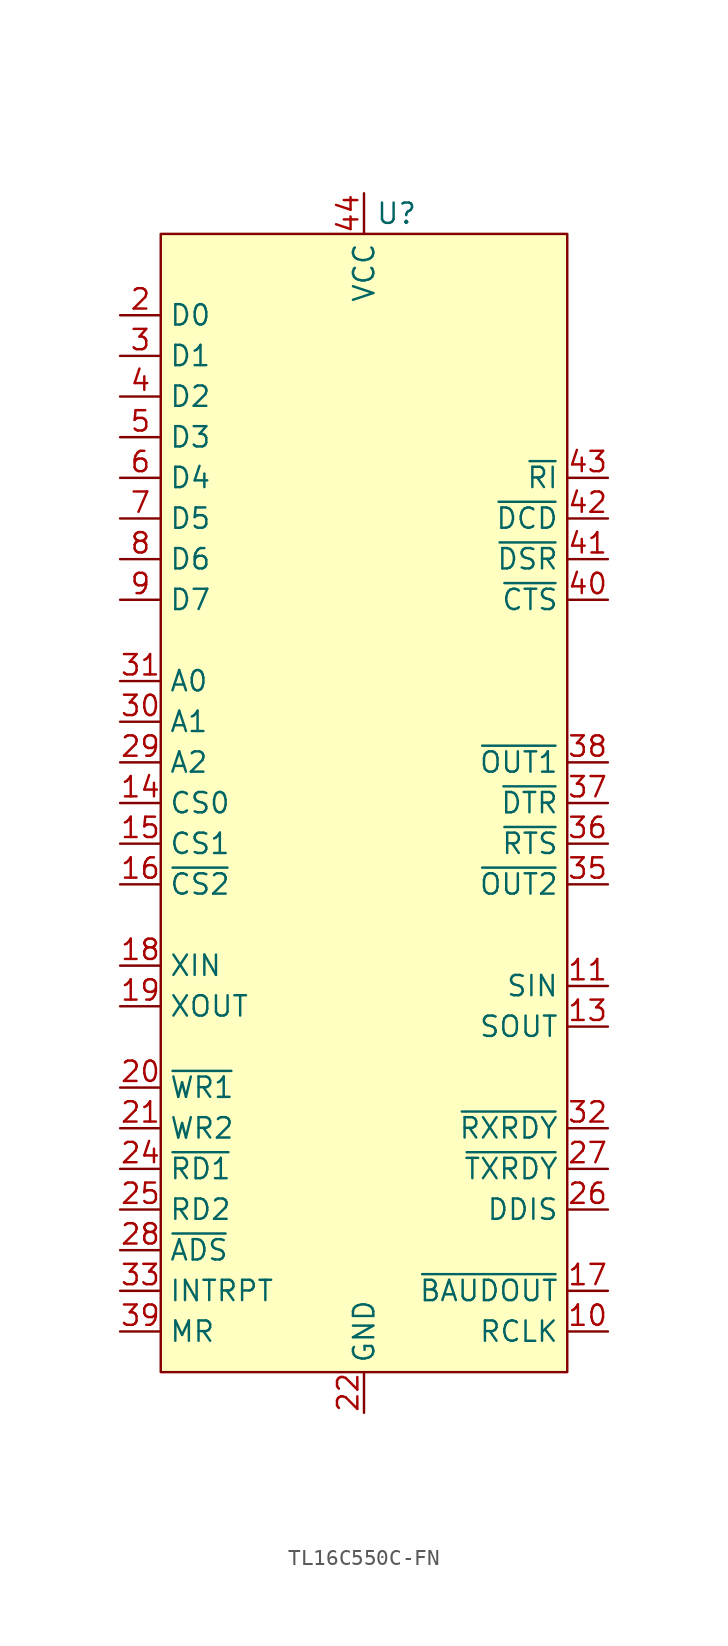
<source format=kicad_sym>
(kicad_symbol_lib
  (version 20241209)
  (generator "kicad_symbol_editor")
  (generator_version "9.0")
  (symbol "TL16C550C-FN"
    (property "Reference" "U"
      (at 2.032 35.56 0)
      (effects (font (size 1.27 1.27))))
    (property "Value" ""
      (at 0 0 0)
      (effects (font (size 1.27 1.27))))
    (symbol "TL16C550C-FN_1_1"
      (rectangle (start -12.7 34.29) (end 12.7 -36.83) (stroke (width 0) (type solid)) (fill (type background)))
      (pin input line (at -15.24 29.21 0) (length 2.54) (name "D0" (effects (font (size 1.27 1.27)))) (number "2" (effects (font (size 1.27 1.27)))))
      (pin input line (at -15.24 26.67 0) (length 2.54) (name "D1" (effects (font (size 1.27 1.27)))) (number "3" (effects (font (size 1.27 1.27)))))
      (pin input line (at -15.24 24.13 0) (length 2.54) (name "D2" (effects (font (size 1.27 1.27)))) (number "4" (effects (font (size 1.27 1.27)))))
      (pin input line (at -15.24 21.59 0) (length 2.54) (name "D3" (effects (font (size 1.27 1.27)))) (number "5" (effects (font (size 1.27 1.27)))))
      (pin input line (at -15.24 19.05 0) (length 2.54) (name "D4" (effects (font (size 1.27 1.27)))) (number "6" (effects (font (size 1.27 1.27)))))
      (pin input line (at -15.24 16.51 0) (length 2.54) (name "D5" (effects (font (size 1.27 1.27)))) (number "7" (effects (font (size 1.27 1.27)))))
      (pin input line (at -15.24 13.97 0) (length 2.54) (name "D6" (effects (font (size 1.27 1.27)))) (number "8" (effects (font (size 1.27 1.27)))))
      (pin input line (at -15.24 11.43 0) (length 2.54) (name "D7" (effects (font (size 1.27 1.27)))) (number "9" (effects (font (size 1.27 1.27)))))
      (pin input line (at -15.24 6.35 0) (length 2.54) (name "A0" (effects (font (size 1.27 1.27)))) (number "31" (effects (font (size 1.27 1.27)))))
      (pin input line (at -15.24 3.81 0) (length 2.54) (name "A1" (effects (font (size 1.27 1.27)))) (number "30" (effects (font (size 1.27 1.27)))))
      (pin input line (at -15.24 1.27 0) (length 2.54) (name "A2" (effects (font (size 1.27 1.27)))) (number "29" (effects (font (size 1.27 1.27)))))
      (pin input line (at -15.24 -1.27 0) (length 2.54) (name "CS0" (effects (font (size 1.27 1.27)))) (number "14" (effects (font (size 1.27 1.27)))))
      (pin input line (at -15.24 -3.81 0) (length 2.54) (name "CS1" (effects (font (size 1.27 1.27)))) (number "15" (effects (font (size 1.27 1.27)))))
      (pin input line (at -15.24 -6.35 0) (length 2.54) (name "~{CS2}" (effects (font (size 1.27 1.27)))) (number "16" (effects (font (size 1.27 1.27)))))
      (pin input line (at -15.24 -11.43 0) (length 2.54) (name "XIN" (effects (font (size 1.27 1.27)))) (number "18" (effects (font (size 1.27 1.27)))))
      (pin input line (at -15.24 -13.97 0) (length 2.54) (name "XOUT" (effects (font (size 1.27 1.27)))) (number "19" (effects (font (size 1.27 1.27)))))
      (pin input line (at -15.24 -19.05 0) (length 2.54) (name "~{WR1}" (effects (font (size 1.27 1.27)))) (number "20" (effects (font (size 1.27 1.27)))))
      (pin input line (at -15.24 -21.59 0) (length 2.54) (name "WR2" (effects (font (size 1.27 1.27)))) (number "21" (effects (font (size 1.27 1.27)))))
      (pin power_out line (at -15.24 -24.13 0) (length 2.54) (name "~{RD1}" (effects (font (size 1.27 1.27)))) (number "24" (effects (font (size 1.27 1.27)))))
      (pin power_out line (at -15.24 -26.67 0) (length 2.54) (name "RD2" (effects (font (size 1.27 1.27)))) (number "25" (effects (font (size 1.27 1.27)))))
      (pin input line (at -15.24 -29.21 0) (length 2.54) (name "~{ADS}" (effects (font (size 1.27 1.27)))) (number "28" (effects (font (size 1.27 1.27)))))
      (pin input line (at -15.24 -31.75 0) (length 2.54) (name "INTRPT" (effects (font (size 1.27 1.27)))) (number "33" (effects (font (size 1.27 1.27)))))
      (pin input line (at -15.24 -34.29 0) (length 2.54) (name "MR" (effects (font (size 1.27 1.27)))) (number "39" (effects (font (size 1.27 1.27)))))
      (pin power_in line (at 0 36.83 270) (length 2.54) (name "VCC" (effects (font (size 1.27 1.27)))) (number "44" (effects (font (size 1.27 1.27)))))
      (pin power_in line (at 0 -39.37 90) (length 2.54) (name "GND" (effects (font (size 1.27 1.27)))) (number "22" (effects (font (size 1.27 1.27)))))
      (pin no_connect line (at 15.24 29.21 180) (length 2.54) (hide yes) (name "NC" (effects (font (size 1.27 1.27)))) (number "12" (effects (font (size 1.27 1.27)))))
      (pin no_connect line (at 15.24 26.67 180) (length 2.54) (hide yes) (name "NC" (effects (font (size 1.27 1.27)))) (number "23" (effects (font (size 1.27 1.27)))))
      (pin no_connect line (at 15.24 24.13 180) (length 2.54) (hide yes) (name "NC" (effects (font (size 1.27 1.27)))) (number "34" (effects (font (size 1.27 1.27)))))
      (pin input line (at 15.24 19.05 180) (length 2.54) (name "~{RI}" (effects (font (size 1.27 1.27)))) (number "43" (effects (font (size 1.27 1.27)))))
      (pin input line (at 15.24 16.51 180) (length 2.54) (name "~{DCD}" (effects (font (size 1.27 1.27)))) (number "42" (effects (font (size 1.27 1.27)))))
      (pin input line (at 15.24 13.97 180) (length 2.54) (name "~{DSR}" (effects (font (size 1.27 1.27)))) (number "41" (effects (font (size 1.27 1.27)))))
      (pin input line (at 15.24 11.43 180) (length 2.54) (name "~{CTS}" (effects (font (size 1.27 1.27)))) (number "40" (effects (font (size 1.27 1.27)))))
      (pin input line (at 15.24 1.27 180) (length 2.54) (name "~{OUT1}" (effects (font (size 1.27 1.27)))) (number "38" (effects (font (size 1.27 1.27)))))
      (pin input line (at 15.24 -1.27 180) (length 2.54) (name "~{DTR}" (effects (font (size 1.27 1.27)))) (number "37" (effects (font (size 1.27 1.27)))))
      (pin input line (at 15.24 -3.81 180) (length 2.54) (name "~{RTS}" (effects (font (size 1.27 1.27)))) (number "36" (effects (font (size 1.27 1.27)))))
      (pin input line (at 15.24 -6.35 180) (length 2.54) (name "~{OUT2}" (effects (font (size 1.27 1.27)))) (number "35" (effects (font (size 1.27 1.27)))))
      (pin input line (at 15.24 -12.7 180) (length 2.54) (name "SIN" (effects (font (size 1.27 1.27)))) (number "11" (effects (font (size 1.27 1.27)))))
      (pin input line (at 15.24 -15.24 180) (length 2.54) (name "SOUT" (effects (font (size 1.27 1.27)))) (number "13" (effects (font (size 1.27 1.27)))))
      (pin input line (at 15.24 -21.59 180) (length 2.54) (name "~{RXRDY}" (effects (font (size 1.27 1.27)))) (number "32" (effects (font (size 1.27 1.27)))))
      (pin input line (at 15.24 -24.13 180) (length 2.54) (name "~{TXRDY}" (effects (font (size 1.27 1.27)))) (number "27" (effects (font (size 1.27 1.27)))))
      (pin input line (at 15.24 -26.67 180) (length 2.54) (name "DDIS" (effects (font (size 1.27 1.27)))) (number "26" (effects (font (size 1.27 1.27)))))
      (pin input line (at 15.24 -31.75 180) (length 2.54) (name "~{BAUDOUT}" (effects (font (size 1.27 1.27)))) (number "17" (effects (font (size 1.27 1.27)))))
      (pin input line (at 15.24 -34.29 180) (length 2.54) (name "RCLK" (effects (font (size 1.27 1.27)))) (number "10" (effects (font (size 1.27 1.27))))))))
</source>
